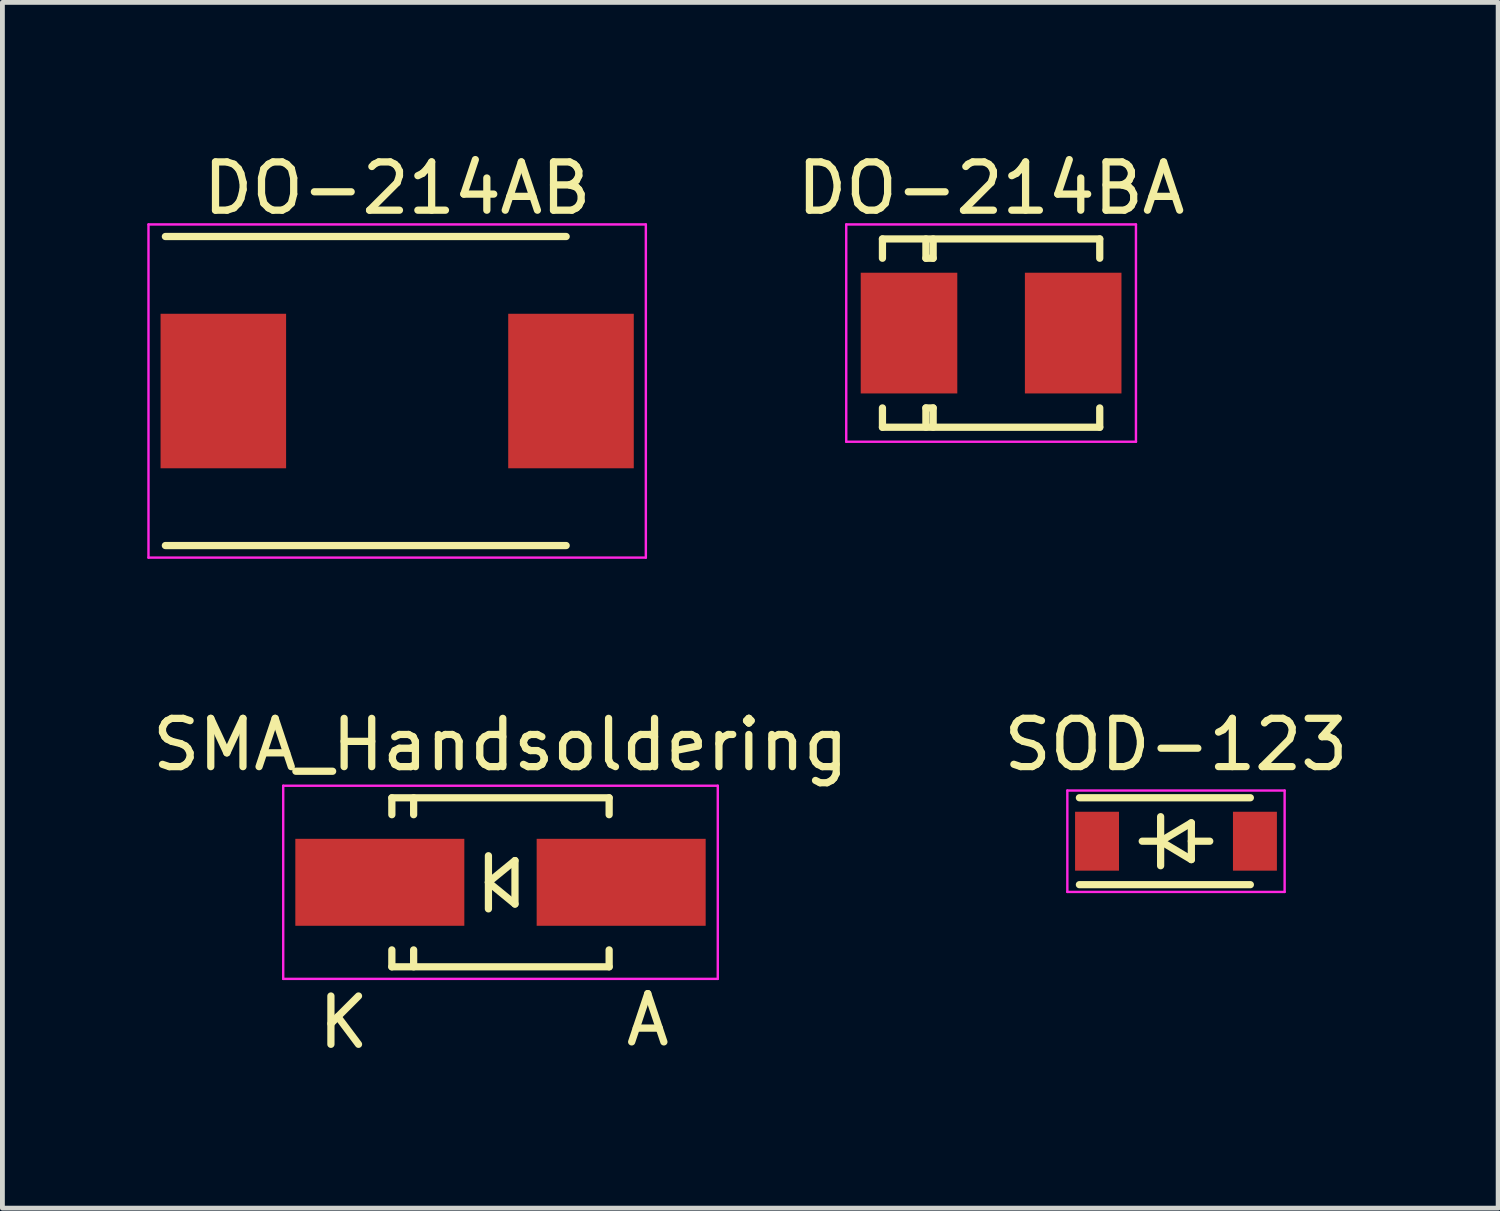
<source format=kicad_pcb>
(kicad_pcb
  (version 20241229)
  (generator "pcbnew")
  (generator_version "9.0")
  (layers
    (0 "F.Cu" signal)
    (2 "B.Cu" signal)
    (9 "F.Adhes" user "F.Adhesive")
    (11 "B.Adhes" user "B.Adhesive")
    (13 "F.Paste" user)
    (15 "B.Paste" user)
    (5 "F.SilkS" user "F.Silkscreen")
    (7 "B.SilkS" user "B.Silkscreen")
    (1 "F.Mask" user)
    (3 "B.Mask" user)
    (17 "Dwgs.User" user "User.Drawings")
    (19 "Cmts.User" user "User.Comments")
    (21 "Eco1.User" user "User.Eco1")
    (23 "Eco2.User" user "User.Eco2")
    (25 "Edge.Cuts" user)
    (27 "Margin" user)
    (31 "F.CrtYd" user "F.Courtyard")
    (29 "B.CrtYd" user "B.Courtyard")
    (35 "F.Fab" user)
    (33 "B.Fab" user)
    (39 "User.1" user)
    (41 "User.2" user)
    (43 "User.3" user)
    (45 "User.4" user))
  (footprint "DO-214BA"
    (layer "F.Cu")
    (at 17.475 3.848)
    (property "Reference" "DO-214BA" (at 0 -3 0) (layer "F.SilkS") (effects (font (size 1 1) (thickness 0.15))))
    (attr smd)
    (fp_line (start -2.25 -1.95) (end -2.25 -1.55) (stroke (width 0.15) (type solid)) (layer "F.SilkS"))
    (fp_line (start -2.25 -1.95) (end 2.25 -1.95) (stroke (width 0.15) (type solid)) (layer "F.SilkS"))
    (fp_line (start -2.25 1.95) (end -2.25 1.55) (stroke (width 0.15) (type solid)) (layer "F.SilkS"))
    (fp_line (start -1.35 -1.95) (end -1.35 -1.55) (stroke (width 0.15) (type solid)) (layer "F.SilkS"))
    (fp_line (start -1.35 -1.55) (end -1.2 -1.55) (stroke (width 0.15) (type solid)) (layer "F.SilkS"))
    (fp_line (start -1.35 1.55) (end -1.2 1.55) (stroke (width 0.15) (type solid)) (layer "F.SilkS"))
    (fp_line (start -1.35 1.95) (end -1.35 1.55) (stroke (width 0.15) (type solid)) (layer "F.SilkS"))
    (fp_line (start -1.2 -1.55) (end -1.2 -1.95) (stroke (width 0.15) (type solid)) (layer "F.SilkS"))
    (fp_line (start -1.2 1.55) (end -1.2 1.95) (stroke (width 0.15) (type solid)) (layer "F.SilkS"))
    (fp_line (start 2.25 -1.95) (end 2.25 -1.55) (stroke (width 0.15) (type solid)) (layer "F.SilkS"))
    (fp_line (start 2.25 1.95) (end -2.25 1.95) (stroke (width 0.15) (type solid)) (layer "F.SilkS"))
    (fp_line (start 2.25 1.95) (end 2.25 1.55) (stroke (width 0.15) (type solid)) (layer "F.SilkS"))
    (fp_line (start -3 -2.25) (end 3 -2.25) (stroke (width 0.05) (type solid)) (layer "F.CrtYd"))
    (fp_line (start -3 2.25) (end -3 -2.25) (stroke (width 0.05) (type solid)) (layer "F.CrtYd"))
    (fp_line (start 3 -2.25) (end 3 2.25) (stroke (width 0.05) (type solid)) (layer "F.CrtYd"))
    (fp_line (start 3 2.25) (end -3 2.25) (stroke (width 0.05) (type solid)) (layer "F.CrtYd"))
    (pad "1" smd rect (at -1.7 0) (size 2 2.5) (layers "F.Cu" "F.Mask" "F.Paste"))
    (pad "2" smd rect (at 1.7 0) (size 2 2.5) (layers "F.Cu" "F.Mask" "F.Paste")))
  (footprint "DO-214AB"
    (layer "F.Cu")
    (at 5.175 5.048)
    (property "Reference" "DO-214AB" (at 0 -4.2 0) (layer "F.SilkS") (effects (font (size 1 1) (thickness 0.15))))
    (attr smd)
    (fp_line (start -4.8 -3.2) (end 3.5 -3.2) (stroke (width 0.15) (type solid)) (layer "F.SilkS"))
    (fp_line (start 3.5 3.2) (end -4.8 3.2) (stroke (width 0.15) (type solid)) (layer "F.SilkS"))
    (fp_line (start -5.15 -3.45) (end 5.15 -3.45) (stroke (width 0.05) (type solid)) (layer "F.CrtYd"))
    (fp_line (start -5.15 3.45) (end -5.15 -3.45) (stroke (width 0.05) (type solid)) (layer "F.CrtYd"))
    (fp_line (start 5.15 -3.45) (end 5.15 3.45) (stroke (width 0.05) (type solid)) (layer "F.CrtYd"))
    (fp_line (start 5.15 3.45) (end -5.15 3.45) (stroke (width 0.05) (type solid)) (layer "F.CrtYd"))
    (pad "1" smd rect (at -3.6 0) (size 2.6 3.2) (layers "F.Cu" "F.Mask" "F.Paste"))
    (pad "2" smd rect (at 3.6 0) (size 2.6 3.2) (layers "F.Cu" "F.Mask" "F.Paste")))
  (footprint "SOD-123"
    (layer "F.Cu")
    (at 21.304 14.371)
    (property "Reference" "SOD-123" (at 0 -2 0) (layer "F.SilkS") (effects (font (size 1 1) (thickness 0.15))))
    (attr smd)
    (fp_line (start -2 -0.9) (end 1.54 -0.9) (stroke (width 0.15) (type solid)) (layer "F.SilkS"))
    (fp_line (start -2 0.9) (end 1.54 0.9) (stroke (width 0.15) (type solid)) (layer "F.SilkS"))
    (fp_line (start -0.699 0) (end -0.318 0) (stroke (width 0.15) (type solid)) (layer "F.SilkS"))
    (fp_line (start -0.318 -0.508) (end -0.318 0.508) (stroke (width 0.15) (type solid)) (layer "F.SilkS"))
    (fp_line (start -0.318 0) (end 0.318 -0.381) (stroke (width 0.15) (type solid)) (layer "F.SilkS"))
    (fp_line (start 0.318 -0.381) (end 0.318 0.381) (stroke (width 0.15) (type solid)) (layer "F.SilkS"))
    (fp_line (start 0.318 0) (end 0.699 0) (stroke (width 0.15) (type solid)) (layer "F.SilkS"))
    (fp_line (start 0.318 0.381) (end -0.318 0) (stroke (width 0.15) (type solid)) (layer "F.SilkS"))
    (fp_line (start -2.25 -1.05) (end -2.25 1.05) (stroke (width 0.05) (type solid)) (layer "F.CrtYd"))
    (fp_line (start -2.25 -1.05) (end 2.25 -1.05) (stroke (width 0.05) (type solid)) (layer "F.CrtYd"))
    (fp_line (start 2.25 -1.05) (end 2.25 1.05) (stroke (width 0.05) (type solid)) (layer "F.CrtYd"))
    (fp_line (start 2.25 1.05) (end -2.25 1.05) (stroke (width 0.05) (type solid)) (layer "F.CrtYd"))
    (pad "1" smd rect (at -1.635 0) (size 0.91 1.22) (layers "F.Cu" "F.Mask" "F.Paste"))
    (pad "2" smd rect (at 1.635 0) (size 0.91 1.22) (layers "F.Cu" "F.Mask" "F.Paste")))
  (footprint "SMA_Handsoldering"
    (layer "F.Cu")
    (at 7.315 15.222)
    (property "Reference" "SMA_Handsoldering" (at 0 -2.85 0) (layer "F.SilkS") (effects (font (size 1 1) (thickness 0.15))))
    (attr smd)
    (fp_line (start -2.25 -1.75) (end -2.25 -1.4) (stroke (width 0.15) (type solid)) (layer "F.SilkS"))
    (fp_line (start -2.25 -1.75) (end 2.25 -1.75) (stroke (width 0.15) (type solid)) (layer "F.SilkS"))
    (fp_line (start -2.25 1.75) (end -2.25 1.4) (stroke (width 0.15) (type solid)) (layer "F.SilkS"))
    (fp_line (start -2.25 1.75) (end 2.25 1.75) (stroke (width 0.15) (type solid)) (layer "F.SilkS"))
    (fp_line (start -1.799 -1.75) (end -1.799 -1.4) (stroke (width 0.15) (type solid)) (layer "F.SilkS"))
    (fp_line (start -1.799 1.75) (end -1.799 1.4) (stroke (width 0.15) (type solid)) (layer "F.SilkS"))
    (fp_line (start -0.25 -0.55) (end -0.25 0.55) (stroke (width 0.15) (type solid)) (layer "F.SilkS"))
    (fp_line (start -0.25 0) (end 0.3 -0.45) (stroke (width 0.15) (type solid)) (layer "F.SilkS"))
    (fp_line (start 0.3 -0.45) (end 0.3 0.45) (stroke (width 0.15) (type solid)) (layer "F.SilkS"))
    (fp_line (start 0.3 0.45) (end -0.25 0) (stroke (width 0.15) (type solid)) (layer "F.SilkS"))
    (fp_line (start 2.25 -1.75) (end 2.25 -1.4) (stroke (width 0.15) (type solid)) (layer "F.SilkS"))
    (fp_line (start 2.25 1.75) (end 2.25 1.4) (stroke (width 0.15) (type solid)) (layer "F.SilkS"))
    (fp_line (start -4.5 -2) (end 4.5 -2) (stroke (width 0.05) (type solid)) (layer "F.CrtYd"))
    (fp_line (start -4.5 2) (end -4.5 -2) (stroke (width 0.05) (type solid)) (layer "F.CrtYd"))
    (fp_line (start 4.5 -2) (end 4.5 2) (stroke (width 0.05) (type solid)) (layer "F.CrtYd"))
    (fp_line (start 4.5 2) (end -4.5 2) (stroke (width 0.05) (type solid)) (layer "F.CrtYd"))
    (fp_text user "K" (at -3.25 2.9 0) (layer "F.SilkS") (effects (font (size 1 1) (thickness 0.15))))
    (fp_text user "A" (at 3.05 2.85 0) (layer "F.SilkS") (effects (font (size 1 1) (thickness 0.15))))
    (pad "1" smd rect (at -2.499 0) (size 3.5 1.801) (layers "F.Cu" "F.Mask" "F.Paste"))
    (pad "2" smd rect (at 2.499 0) (size 3.5 1.801) (layers "F.Cu" "F.Mask" "F.Paste")))
  (gr_rect
    (start -3 -3)
    (end 27.976 21.97)
    (stroke (width 0.1) (type default))
    (fill no)
    (layer "Edge.Cuts")))
</source>
